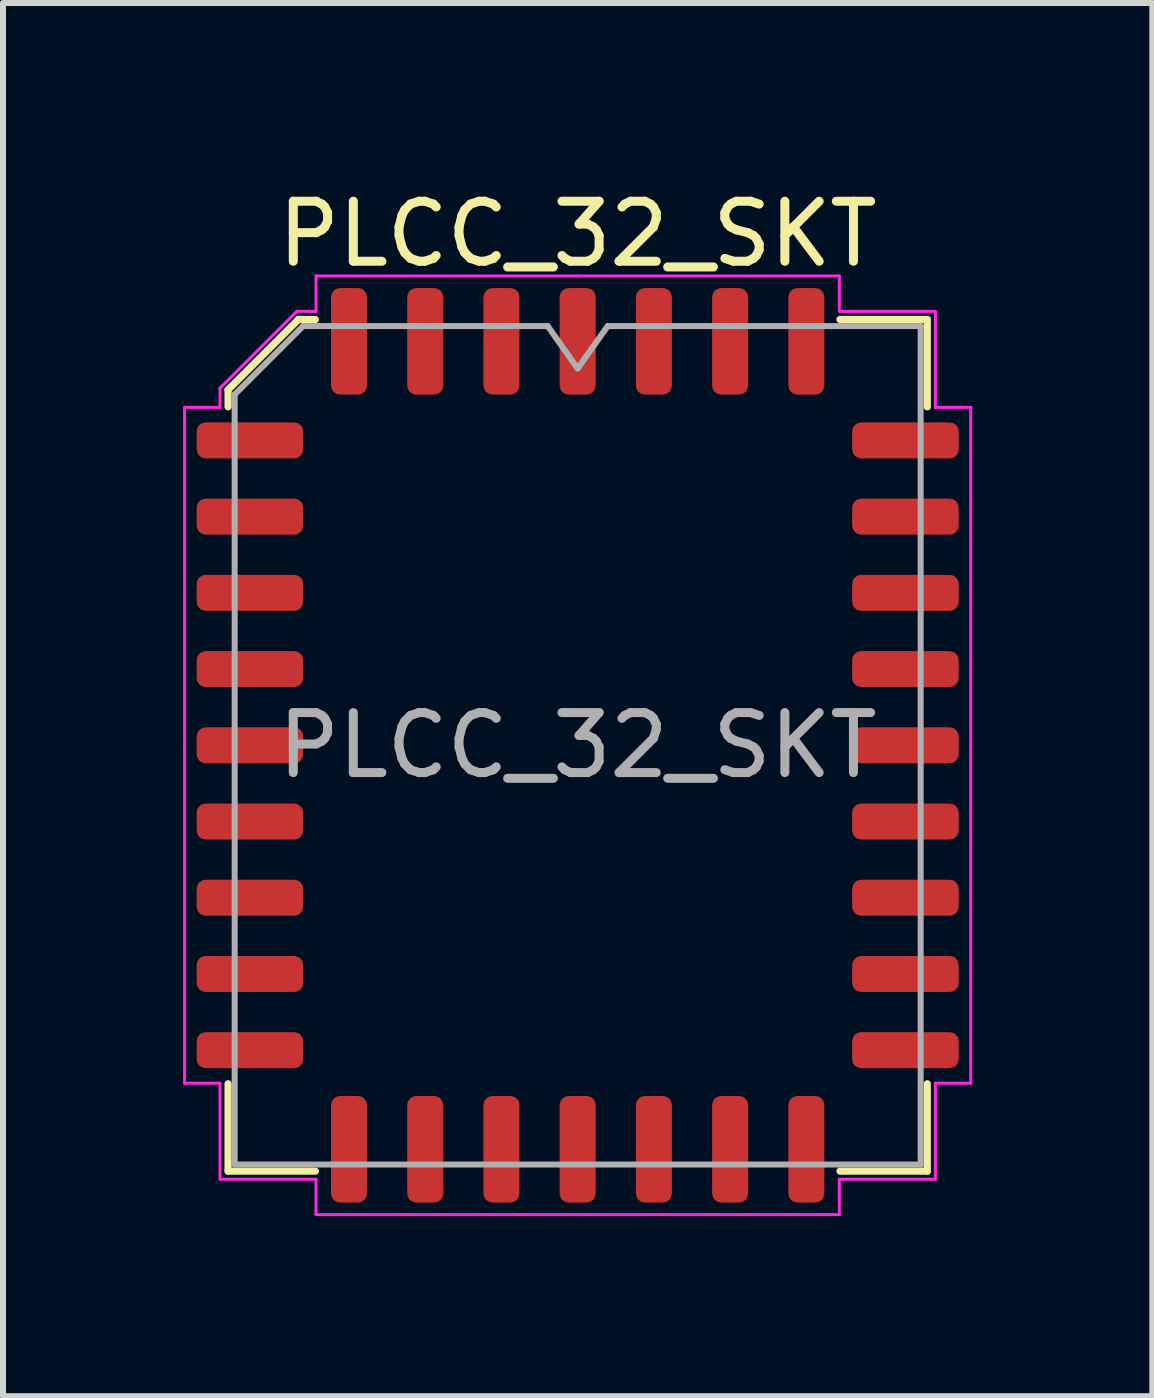
<source format=kicad_pcb>
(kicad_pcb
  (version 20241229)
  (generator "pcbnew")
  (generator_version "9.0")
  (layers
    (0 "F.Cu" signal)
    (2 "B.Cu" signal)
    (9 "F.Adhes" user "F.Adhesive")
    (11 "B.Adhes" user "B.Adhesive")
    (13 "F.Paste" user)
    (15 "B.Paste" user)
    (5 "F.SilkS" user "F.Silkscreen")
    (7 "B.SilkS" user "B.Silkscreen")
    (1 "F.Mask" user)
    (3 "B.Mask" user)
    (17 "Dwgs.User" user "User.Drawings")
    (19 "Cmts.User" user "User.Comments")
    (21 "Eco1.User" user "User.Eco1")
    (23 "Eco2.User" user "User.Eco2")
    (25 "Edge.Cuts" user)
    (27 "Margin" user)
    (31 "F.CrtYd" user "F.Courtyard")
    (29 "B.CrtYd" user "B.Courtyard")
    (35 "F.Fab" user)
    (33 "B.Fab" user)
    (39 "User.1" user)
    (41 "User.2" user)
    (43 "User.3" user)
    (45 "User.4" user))
  (footprint "PLCC_32_SKT"
    (layer "F.Cu")
    (at 6.575 9.368)
    (property "Reference" "PLCC_32_SKT" (at 0 -8.52 0) (layer "F.SilkS") (effects (font (size 1 1) (thickness 0.15))))
    (attr smd)
    (fp_line (start -5.825 -5.923) (end -5.825 -5.64) (stroke (width 0.12) (type solid)) (layer "F.SilkS"))
    (fp_line (start -5.825 7.095) (end -5.825 5.64) (stroke (width 0.12) (type solid)) (layer "F.SilkS"))
    (fp_line (start -4.653 -7.095) (end -5.825 -5.923) (stroke (width 0.12) (type solid)) (layer "F.SilkS"))
    (fp_line (start -4.37 -7.095) (end -4.653 -7.095) (stroke (width 0.12) (type solid)) (layer "F.SilkS"))
    (fp_line (start -4.37 7.095) (end -5.825 7.095) (stroke (width 0.12) (type solid)) (layer "F.SilkS"))
    (fp_line (start 4.37 -7.095) (end 5.825 -7.095) (stroke (width 0.12) (type solid)) (layer "F.SilkS"))
    (fp_line (start 4.37 7.095) (end 5.825 7.095) (stroke (width 0.12) (type solid)) (layer "F.SilkS"))
    (fp_line (start 5.825 -7.095) (end 5.825 -5.64) (stroke (width 0.12) (type solid)) (layer "F.SilkS"))
    (fp_line (start 5.825 7.095) (end 5.825 5.64) (stroke (width 0.12) (type solid)) (layer "F.SilkS"))
    (fp_line (start -6.55 -5.63) (end -6.55 0) (stroke (width 0.05) (type solid)) (layer "F.CrtYd"))
    (fp_line (start -6.55 5.63) (end -6.55 0) (stroke (width 0.05) (type solid)) (layer "F.CrtYd"))
    (fp_line (start -5.96 -5.95) (end -5.96 -5.63) (stroke (width 0.05) (type solid)) (layer "F.CrtYd"))
    (fp_line (start -5.96 -5.63) (end -6.55 -5.63) (stroke (width 0.05) (type solid)) (layer "F.CrtYd"))
    (fp_line (start -5.96 5.63) (end -6.55 5.63) (stroke (width 0.05) (type solid)) (layer "F.CrtYd"))
    (fp_line (start -5.96 7.23) (end -5.96 5.63) (stroke (width 0.05) (type solid)) (layer "F.CrtYd"))
    (fp_line (start -4.68 -7.23) (end -5.96 -5.95) (stroke (width 0.05) (type solid)) (layer "F.CrtYd"))
    (fp_line (start -4.36 -7.82) (end -4.36 -7.23) (stroke (width 0.05) (type solid)) (layer "F.CrtYd"))
    (fp_line (start -4.36 -7.23) (end -4.68 -7.23) (stroke (width 0.05) (type solid)) (layer "F.CrtYd"))
    (fp_line (start -4.36 7.23) (end -5.96 7.23) (stroke (width 0.05) (type solid)) (layer "F.CrtYd"))
    (fp_line (start -4.36 7.82) (end -4.36 7.23) (stroke (width 0.05) (type solid)) (layer "F.CrtYd"))
    (fp_line (start 0 -7.82) (end -4.36 -7.82) (stroke (width 0.05) (type solid)) (layer "F.CrtYd"))
    (fp_line (start 0 -7.82) (end 4.36 -7.82) (stroke (width 0.05) (type solid)) (layer "F.CrtYd"))
    (fp_line (start 0 7.82) (end -4.36 7.82) (stroke (width 0.05) (type solid)) (layer "F.CrtYd"))
    (fp_line (start 0 7.82) (end 4.36 7.82) (stroke (width 0.05) (type solid)) (layer "F.CrtYd"))
    (fp_line (start 4.36 -7.82) (end 4.36 -7.23) (stroke (width 0.05) (type solid)) (layer "F.CrtYd"))
    (fp_line (start 4.36 -7.23) (end 5.96 -7.23) (stroke (width 0.05) (type solid)) (layer "F.CrtYd"))
    (fp_line (start 4.36 7.23) (end 5.96 7.23) (stroke (width 0.05) (type solid)) (layer "F.CrtYd"))
    (fp_line (start 4.36 7.82) (end 4.36 7.23) (stroke (width 0.05) (type solid)) (layer "F.CrtYd"))
    (fp_line (start 5.96 -7.23) (end 5.96 -5.63) (stroke (width 0.05) (type solid)) (layer "F.CrtYd"))
    (fp_line (start 5.96 -5.63) (end 6.55 -5.63) (stroke (width 0.05) (type solid)) (layer "F.CrtYd"))
    (fp_line (start 5.96 5.63) (end 6.55 5.63) (stroke (width 0.05) (type solid)) (layer "F.CrtYd"))
    (fp_line (start 5.96 7.23) (end 5.96 5.63) (stroke (width 0.05) (type solid)) (layer "F.CrtYd"))
    (fp_line (start 6.55 -5.63) (end 6.55 0) (stroke (width 0.05) (type solid)) (layer "F.CrtYd"))
    (fp_line (start 6.55 5.63) (end 6.55 0) (stroke (width 0.05) (type solid)) (layer "F.CrtYd"))
    (fp_line (start -5.715 -5.845) (end -4.575 -6.985) (stroke (width 0.1) (type solid)) (layer "F.Fab"))
    (fp_line (start -5.715 6.985) (end -5.715 -5.845) (stroke (width 0.1) (type solid)) (layer "F.Fab"))
    (fp_line (start -4.575 -6.985) (end -0.5 -6.985) (stroke (width 0.1) (type solid)) (layer "F.Fab"))
    (fp_line (start -0.5 -6.985) (end 0 -6.278) (stroke (width 0.1) (type solid)) (layer "F.Fab"))
    (fp_line (start 0 -6.278) (end 0.5 -6.985) (stroke (width 0.1) (type solid)) (layer "F.Fab"))
    (fp_line (start 0.5 -6.985) (end 5.715 -6.985) (stroke (width 0.1) (type solid)) (layer "F.Fab"))
    (fp_line (start 5.715 -6.985) (end 5.715 6.985) (stroke (width 0.1) (type solid)) (layer "F.Fab"))
    (fp_line (start 5.715 6.985) (end -5.715 6.985) (stroke (width 0.1) (type solid)) (layer "F.Fab"))
    (fp_text user "${REFERENCE}" (at 0 0 0) (layer "F.Fab") (effects (font (size 1 1) (thickness 0.15))))
    (pad "1" smd roundrect (at 0 -6.731) (size 0.6 1.775) (layers "F.Cu" "F.Mask" "F.Paste") (roundrect_rratio 0.25))
    (pad "2" smd roundrect (at -1.27 -6.731) (size 0.6 1.775) (layers "F.Cu" "F.Mask" "F.Paste") (roundrect_rratio 0.25))
    (pad "3" smd roundrect (at -2.54 -6.731) (size 0.6 1.775) (layers "F.Cu" "F.Mask" "F.Paste") (roundrect_rratio 0.25))
    (pad "4" smd roundrect (at -3.81 -6.731) (size 0.6 1.775) (layers "F.Cu" "F.Mask" "F.Paste") (roundrect_rratio 0.25))
    (pad "5" smd roundrect (at -5.461 -5.08) (size 1.775 0.6) (layers "F.Cu" "F.Mask" "F.Paste") (roundrect_rratio 0.25))
    (pad "6" smd roundrect (at -5.461 -3.81) (size 1.775 0.6) (layers "F.Cu" "F.Mask" "F.Paste") (roundrect_rratio 0.25))
    (pad "7" smd roundrect (at -5.461 -2.54) (size 1.775 0.6) (layers "F.Cu" "F.Mask" "F.Paste") (roundrect_rratio 0.25))
    (pad "8" smd roundrect (at -5.461 -1.27) (size 1.775 0.6) (layers "F.Cu" "F.Mask" "F.Paste") (roundrect_rratio 0.25))
    (pad "9" smd roundrect (at -5.461 0) (size 1.775 0.6) (layers "F.Cu" "F.Mask" "F.Paste") (roundrect_rratio 0.25))
    (pad "10" smd roundrect (at -5.461 1.27) (size 1.775 0.6) (layers "F.Cu" "F.Mask" "F.Paste") (roundrect_rratio 0.25))
    (pad "11" smd roundrect (at -5.461 2.54) (size 1.775 0.6) (layers "F.Cu" "F.Mask" "F.Paste") (roundrect_rratio 0.25))
    (pad "12" smd roundrect (at -5.461 3.81) (size 1.775 0.6) (layers "F.Cu" "F.Mask" "F.Paste") (roundrect_rratio 0.25))
    (pad "13" smd roundrect (at -5.461 5.08) (size 1.775 0.6) (layers "F.Cu" "F.Mask" "F.Paste") (roundrect_rratio 0.25))
    (pad "14" smd roundrect (at -3.81 6.731) (size 0.6 1.775) (layers "F.Cu" "F.Mask" "F.Paste") (roundrect_rratio 0.25))
    (pad "15" smd roundrect (at -2.54 6.731) (size 0.6 1.775) (layers "F.Cu" "F.Mask" "F.Paste") (roundrect_rratio 0.25))
    (pad "16" smd roundrect (at -1.27 6.731) (size 0.6 1.775) (layers "F.Cu" "F.Mask" "F.Paste") (roundrect_rratio 0.25))
    (pad "17" smd roundrect (at 0 6.731) (size 0.6 1.775) (layers "F.Cu" "F.Mask" "F.Paste") (roundrect_rratio 0.25))
    (pad "18" smd roundrect (at 1.27 6.731) (size 0.6 1.775) (layers "F.Cu" "F.Mask" "F.Paste") (roundrect_rratio 0.25))
    (pad "19" smd roundrect (at 2.54 6.731) (size 0.6 1.775) (layers "F.Cu" "F.Mask" "F.Paste") (roundrect_rratio 0.25))
    (pad "20" smd roundrect (at 3.81 6.731) (size 0.6 1.775) (layers "F.Cu" "F.Mask" "F.Paste") (roundrect_rratio 0.25))
    (pad "21" smd roundrect (at 5.461 5.08) (size 1.775 0.6) (layers "F.Cu" "F.Mask" "F.Paste") (roundrect_rratio 0.25))
    (pad "22" smd roundrect (at 5.461 3.81) (size 1.775 0.6) (layers "F.Cu" "F.Mask" "F.Paste") (roundrect_rratio 0.25))
    (pad "23" smd roundrect (at 5.461 2.54) (size 1.775 0.6) (layers "F.Cu" "F.Mask" "F.Paste") (roundrect_rratio 0.25))
    (pad "24" smd roundrect (at 5.461 1.27) (size 1.775 0.6) (layers "F.Cu" "F.Mask" "F.Paste") (roundrect_rratio 0.25))
    (pad "25" smd roundrect (at 5.461 0) (size 1.775 0.6) (layers "F.Cu" "F.Mask" "F.Paste") (roundrect_rratio 0.25))
    (pad "26" smd roundrect (at 5.461 -1.27) (size 1.775 0.6) (layers "F.Cu" "F.Mask" "F.Paste") (roundrect_rratio 0.25))
    (pad "27" smd roundrect (at 5.461 -2.54) (size 1.775 0.6) (layers "F.Cu" "F.Mask" "F.Paste") (roundrect_rratio 0.25))
    (pad "28" smd roundrect (at 5.461 -3.81) (size 1.775 0.6) (layers "F.Cu" "F.Mask" "F.Paste") (roundrect_rratio 0.25))
    (pad "29" smd roundrect (at 5.461 -5.08) (size 1.775 0.6) (layers "F.Cu" "F.Mask" "F.Paste") (roundrect_rratio 0.25))
    (pad "30" smd roundrect (at 3.81 -6.731) (size 0.6 1.775) (layers "F.Cu" "F.Mask" "F.Paste") (roundrect_rratio 0.25))
    (pad "31" smd roundrect (at 2.54 -6.731) (size 0.6 1.775) (layers "F.Cu" "F.Mask" "F.Paste") (roundrect_rratio 0.25))
    (pad "32" smd roundrect (at 1.27 -6.731) (size 0.6 1.775) (layers "F.Cu" "F.Mask" "F.Paste") (roundrect_rratio 0.25)))
  (gr_rect
    (start -3 -3)
    (end 16.15 20.213)
    (stroke (width 0.1) (type default))
    (fill no)
    (layer "Edge.Cuts")))
</source>
